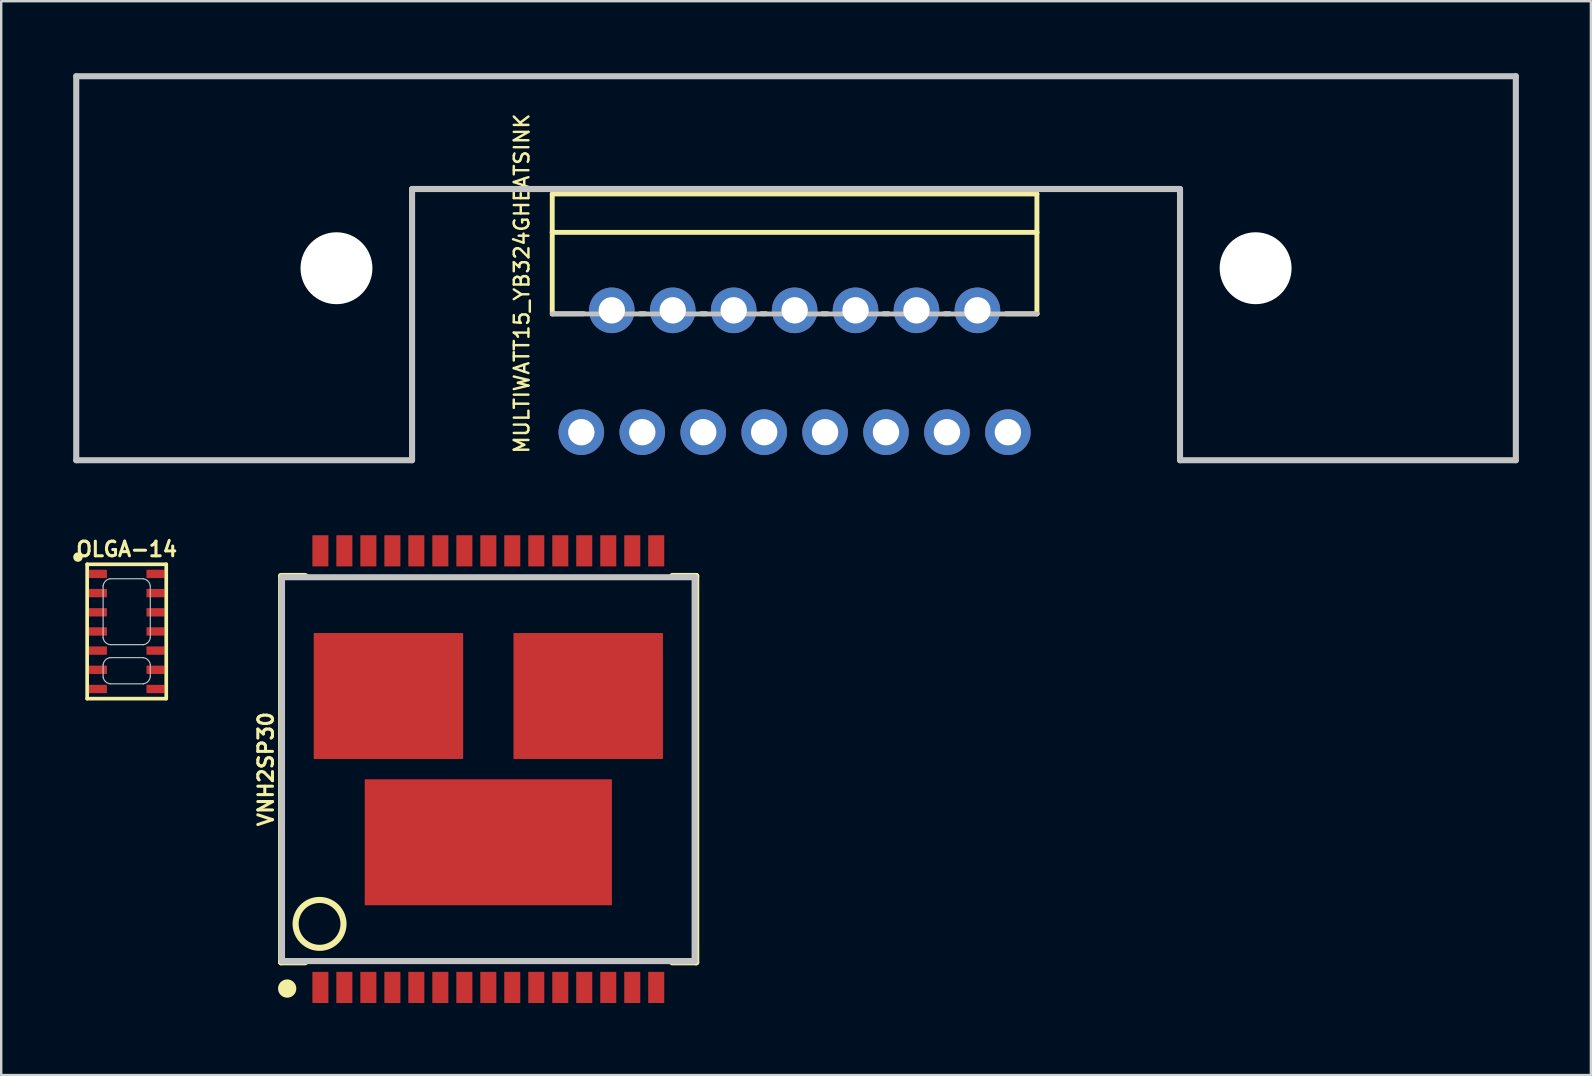
<source format=kicad_pcb>
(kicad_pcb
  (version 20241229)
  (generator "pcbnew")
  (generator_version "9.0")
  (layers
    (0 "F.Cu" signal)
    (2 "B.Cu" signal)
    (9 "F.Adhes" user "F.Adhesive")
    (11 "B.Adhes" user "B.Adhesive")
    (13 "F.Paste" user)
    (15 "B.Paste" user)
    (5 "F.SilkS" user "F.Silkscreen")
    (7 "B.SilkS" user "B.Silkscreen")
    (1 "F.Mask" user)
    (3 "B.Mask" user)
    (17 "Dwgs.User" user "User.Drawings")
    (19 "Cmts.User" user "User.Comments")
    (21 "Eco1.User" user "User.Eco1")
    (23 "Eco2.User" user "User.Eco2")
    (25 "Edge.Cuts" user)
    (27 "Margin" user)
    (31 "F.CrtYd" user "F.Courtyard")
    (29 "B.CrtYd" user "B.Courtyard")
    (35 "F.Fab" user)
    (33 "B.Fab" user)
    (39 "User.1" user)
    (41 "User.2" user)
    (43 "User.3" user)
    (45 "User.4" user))
  (footprint "OLGA-14"
    (layer "F.Cu")
    (at 2.23 23.265)
    (property "Reference" "OLGA-14" (at 0 -3.429 0) (layer "F.SilkS") (effects (font (size 0.61 0.61) (thickness 0.127))))
    (attr smd)
    (fp_line (start -1.648 -2.799) (end 1.648 -2.799) (stroke (width 0.152) (type solid)) (layer "F.SilkS"))
    (fp_line (start -1.648 2.799) (end -1.648 -2.799) (stroke (width 0.152) (type solid)) (layer "F.SilkS"))
    (fp_line (start 1.648 -2.799) (end 1.648 2.799) (stroke (width 0.152) (type solid)) (layer "F.SilkS"))
    (fp_line (start 1.648 2.799) (end -1.648 2.799) (stroke (width 0.152) (type solid)) (layer "F.SilkS"))
    (fp_circle (center -2.032 -3.099) (end -2.032 -3.198) (stroke (width 0.198) (type solid)) (fill no) (layer "F.SilkS"))
    (fp_line (start -0.983 0.269) (end -0.983 -1.9) (stroke (width 0.048) (type solid)) (layer "Dwgs.User"))
    (fp_line (start -0.983 1.9) (end -0.983 1.389) (stroke (width 0.048) (type solid)) (layer "Dwgs.User"))
    (fp_line (start -0.699 -2.195) (end 0.688 -2.195) (stroke (width 0.048) (type solid)) (layer "Dwgs.User"))
    (fp_line (start -0.699 1.092) (end 0.688 1.092) (stroke (width 0.048) (type solid)) (layer "Dwgs.User"))
    (fp_line (start 0.699 0.551) (end -0.688 0.551) (stroke (width 0.048) (type solid)) (layer "Dwgs.User"))
    (fp_line (start 0.699 2.182) (end -0.688 2.182) (stroke (width 0.048) (type solid)) (layer "Dwgs.User"))
    (fp_line (start 0.983 -1.908) (end 0.983 0.259) (stroke (width 0.048) (type solid)) (layer "Dwgs.User"))
    (fp_line (start 0.983 1.379) (end 0.983 1.89) (stroke (width 0.048) (type solid)) (layer "Dwgs.User"))
    (fp_arc (start -0.98298 -1.89992) (mid -0.889083 -2.095415) (end -0.696703 -2.195539) (stroke (width 0.04826) (type solid)) (layer "Dwgs.User"))
    (fp_arc (start -0.98298 1.38938) (mid -0.890606 1.193378) (end -0.699141 1.091934) (stroke (width 0.04826) (type solid)) (layer "Dwgs.User"))
    (fp_arc (start -0.68834 0.55118) (mid -0.882819 0.459314) (end -0.983348 0.269168) (stroke (width 0.04826) (type solid)) (layer "Dwgs.User"))
    (fp_arc (start -0.68834 2.18186) (mid -0.882819 2.089994) (end -0.983348 1.899848) (stroke (width 0.04826) (type solid)) (layer "Dwgs.User"))
    (fp_arc (start 0.68834 -2.19456) (mid 0.882311 -2.10117) (end 0.981521 -1.91011) (stroke (width 0.04826) (type solid)) (layer "Dwgs.User"))
    (fp_arc (start 0.68834 1.0922) (mid 0.883835 1.186097) (end 0.983959 1.378477) (stroke (width 0.04826) (type solid)) (layer "Dwgs.User"))
    (fp_arc (start 0.98298 0.25908) (mid 0.88959 0.453051) (end 0.69853 0.552261) (stroke (width 0.04826) (type solid)) (layer "Dwgs.User"))
    (fp_arc (start 0.98298 1.88976) (mid 0.888067 2.083224) (end 0.696093 2.181114) (stroke (width 0.04826) (type solid)) (layer "Dwgs.User"))
    (pad "1" smd rect (at -1.199 -2.398) (size 0.749 0.348) (layers "F.Cu" "F.Mask" "F.Paste"))
    (pad "2" smd rect (at -1.199 -1.598) (size 0.749 0.348) (layers "F.Cu" "F.Mask" "F.Paste"))
    (pad "3" smd rect (at -1.199 -0.798) (size 0.749 0.348) (layers "F.Cu" "F.Mask" "F.Paste"))
    (pad "4" smd rect (at -1.199 0) (size 0.749 0.348) (layers "F.Cu" "F.Mask" "F.Paste"))
    (pad "5" smd rect (at -1.199 0.798) (size 0.749 0.348) (layers "F.Cu" "F.Mask" "F.Paste"))
    (pad "6" smd rect (at -1.199 1.598) (size 0.749 0.348) (layers "F.Cu" "F.Mask" "F.Paste"))
    (pad "7" smd rect (at -1.199 2.398) (size 0.749 0.348) (layers "F.Cu" "F.Mask" "F.Paste"))
    (pad "8" smd rect (at 1.199 2.398) (size 0.749 0.348) (layers "F.Cu" "F.Mask" "F.Paste"))
    (pad "9" smd rect (at 1.199 1.598) (size 0.749 0.348) (layers "F.Cu" "F.Mask" "F.Paste"))
    (pad "10" smd rect (at 1.199 0.798) (size 0.749 0.348) (layers "F.Cu" "F.Mask" "F.Paste"))
    (pad "11" smd rect (at 1.199 0) (size 0.749 0.348) (layers "F.Cu" "F.Mask" "F.Paste"))
    (pad "12" smd rect (at 1.199 -0.798) (size 0.749 0.348) (layers "F.Cu" "F.Mask" "F.Paste"))
    (pad "13" smd rect (at 1.199 -1.598) (size 0.749 0.348) (layers "F.Cu" "F.Mask" "F.Paste"))
    (pad "14" smd rect (at 1.199 -2.398) (size 0.749 0.348) (layers "F.Cu" "F.Mask" "F.Paste")))
  (footprint "MULTIWATT15_YB324GHEATSINK"
    (layer "F.Cu")
    (at 30.124 12.573)
    (property "Reference" "MULTIWATT15_YB324GHEATSINK" (at -11.43 -3.81 90) (layer "F.SilkS") (effects (font (size 0.61 0.61) (thickness 0.102))))
    (attr exclude_from_pos_files exclude_from_bom)
    (fp_line (start -10.16 -7.539) (end 10.038 -7.539) (stroke (width 0.203) (type solid)) (layer "F.SilkS"))
    (fp_line (start -10.16 -5.939) (end -10.16 -7.539) (stroke (width 0.203) (type solid)) (layer "F.SilkS"))
    (fp_line (start -10.16 -5.939) (end 10.038 -5.939) (stroke (width 0.203) (type solid)) (layer "F.SilkS"))
    (fp_line (start -10.16 -2.54) (end -10.16 -5.939) (stroke (width 0.203) (type solid)) (layer "F.SilkS"))
    (fp_line (start -10.15 -2.548) (end -8.849 -2.548) (stroke (width 0.203) (type solid)) (layer "F.SilkS"))
    (fp_line (start -6.5 -2.548) (end -6.299 -2.548) (stroke (width 0.203) (type solid)) (layer "F.SilkS"))
    (fp_line (start -3.95 -2.548) (end -3.749 -2.548) (stroke (width 0.203) (type solid)) (layer "F.SilkS"))
    (fp_line (start -1.448 -2.548) (end -1.25 -2.548) (stroke (width 0.203) (type solid)) (layer "F.SilkS"))
    (fp_line (start 1.1 -2.548) (end 1.298 -2.548) (stroke (width 0.203) (type solid)) (layer "F.SilkS"))
    (fp_line (start 3.65 -2.548) (end 3.848 -2.548) (stroke (width 0.203) (type solid)) (layer "F.SilkS"))
    (fp_line (start 6.198 -2.548) (end 6.398 -2.548) (stroke (width 0.203) (type solid)) (layer "F.SilkS"))
    (fp_line (start 10.038 -7.539) (end 10.038 -5.939) (stroke (width 0.203) (type solid)) (layer "F.SilkS"))
    (fp_line (start 10.038 -5.939) (end 10.038 -2.54) (stroke (width 0.203) (type solid)) (layer "F.SilkS"))
    (fp_line (start 10.048 -2.548) (end 8.748 -2.548) (stroke (width 0.203) (type solid)) (layer "F.SilkS"))
    (fp_line (start -29.997 -12.446) (end -29.997 3.556) (stroke (width 0.254) (type solid)) (layer "Dwgs.User"))
    (fp_line (start -16.002 -7.747) (end -16.002 3.556) (stroke (width 0.254) (type solid)) (layer "Dwgs.User"))
    (fp_line (start -16.002 3.556) (end -29.997 3.556) (stroke (width 0.254) (type solid)) (layer "Dwgs.User"))
    (fp_line (start 10.038 -2.54) (end -10.16 -2.54) (stroke (width 0.203) (type solid)) (layer "Dwgs.User"))
    (fp_line (start 16.002 -7.747) (end -16.002 -7.747) (stroke (width 0.254) (type solid)) (layer "Dwgs.User"))
    (fp_line (start 16.002 3.556) (end 16.002 -7.747) (stroke (width 0.254) (type solid)) (layer "Dwgs.User"))
    (fp_line (start 29.997 -12.446) (end -29.997 -12.446) (stroke (width 0.254) (type solid)) (layer "Dwgs.User"))
    (fp_line (start 29.997 -12.446) (end 29.997 3.556) (stroke (width 0.254) (type solid)) (layer "Dwgs.User"))
    (fp_line (start 29.997 3.556) (end 16.002 3.556) (stroke (width 0.254) (type solid)) (layer "Dwgs.User"))
    (pad "" np_thru_hole circle (at -19.152 -4.445) (size 2.997 2.997) (drill 2.997) (layers "*.Cu" "*.Mask"))
    (pad "" np_thru_hole circle (at 19.152 -4.445) (size 2.997 2.997) (drill 2.997) (layers "*.Cu" "*.Mask"))
    (pad "1" thru_hole circle (at -8.948 2.388) (size 1.9 1.9) (drill 1.1) (layers "*.Cu" "*.Mask"))
    (pad "2" thru_hole circle (at -7.678 -2.69) (size 1.9 1.9) (drill 1.1) (layers "*.Cu" "*.Mask"))
    (pad "3" thru_hole circle (at -6.408 2.388) (size 1.9 1.9) (drill 1.1) (layers "*.Cu" "*.Mask"))
    (pad "4" thru_hole circle (at -5.138 -2.69) (size 1.9 1.9) (drill 1.1) (layers "*.Cu" "*.Mask"))
    (pad "5" thru_hole circle (at -3.868 2.388) (size 1.9 1.9) (drill 1.1) (layers "*.Cu" "*.Mask"))
    (pad "6" thru_hole circle (at -2.598 -2.69) (size 1.9 1.9) (drill 1.1) (layers "*.Cu" "*.Mask"))
    (pad "7" thru_hole circle (at -1.328 2.388) (size 1.9 1.9) (drill 1.1) (layers "*.Cu" "*.Mask"))
    (pad "8" thru_hole circle (at -0.058 -2.69) (size 1.9 1.9) (drill 1.1) (layers "*.Cu" "*.Mask"))
    (pad "9" thru_hole circle (at 1.209 2.388) (size 1.9 1.9) (drill 1.1) (layers "*.Cu" "*.Mask"))
    (pad "10" thru_hole circle (at 2.479 -2.69) (size 1.9 1.9) (drill 1.1) (layers "*.Cu" "*.Mask"))
    (pad "11" thru_hole circle (at 3.749 2.388) (size 1.9 1.9) (drill 1.1) (layers "*.Cu" "*.Mask"))
    (pad "12" thru_hole circle (at 5.019 -2.69) (size 1.9 1.9) (drill 1.1) (layers "*.Cu" "*.Mask"))
    (pad "13" thru_hole circle (at 6.289 2.388) (size 1.9 1.9) (drill 1.1) (layers "*.Cu" "*.Mask"))
    (pad "14" thru_hole circle (at 7.559 -2.69) (size 1.9 1.9) (drill 1.1) (layers "*.Cu" "*.Mask"))
    (pad "15" thru_hole circle (at 8.829 2.388) (size 1.9 1.9) (drill 1.1) (layers "*.Cu" "*.Mask")))
  (footprint "VNH2SP30"
    (layer "F.Cu")
    (at 17.3 29.003)
    (property "Reference" "VNH2SP30" (at -9.271 0 90) (layer "F.SilkS") (effects (font (size 0.61 0.61) (thickness 0.127))))
    (attr smd)
    (fp_line (start -8.633 -8.049) (end -7.633 -8.049) (stroke (width 0.254) (type solid)) (layer "F.SilkS"))
    (fp_line (start -8.633 8.049) (end -8.633 -8.049) (stroke (width 0.254) (type solid)) (layer "F.SilkS"))
    (fp_line (start -7.633 8.049) (end -8.633 8.049) (stroke (width 0.254) (type solid)) (layer "F.SilkS"))
    (fp_line (start 7.663 -8.049) (end 8.664 -8.049) (stroke (width 0.254) (type solid)) (layer "F.SilkS"))
    (fp_line (start 8.664 -8.049) (end 8.664 8.049) (stroke (width 0.254) (type solid)) (layer "F.SilkS"))
    (fp_line (start 8.664 8.049) (end 7.663 8.049) (stroke (width 0.254) (type solid)) (layer "F.SilkS"))
    (fp_circle (center -8.382 9.144) (end -8.255 9.144) (stroke (width 0.254) (type solid)) (fill no) (layer "F.SilkS"))
    (fp_circle (center -8.382 9.144) (end -8.128 9.144) (stroke (width 0.254) (type solid)) (fill no) (layer "F.SilkS"))
    (fp_circle (center -7.033 6.449) (end -7.033 5.451) (stroke (width 0.254) (type solid)) (fill no) (layer "F.SilkS"))
    (fp_line (start -8.598 -7.998) (end 8.598 -7.998) (stroke (width 0.254) (type solid)) (layer "Dwgs.User"))
    (fp_line (start -8.598 7.998) (end -8.598 -7.998) (stroke (width 0.254) (type solid)) (layer "Dwgs.User"))
    (fp_line (start -8.598 7.998) (end 8.598 7.998) (stroke (width 0.254) (type solid)) (layer "Dwgs.User"))
    (fp_line (start 8.598 -7.998) (end 8.598 7.998) (stroke (width 0.254) (type solid)) (layer "Dwgs.User"))
    (pad "1" smd rect (at -6.998 9.098) (size 0.668 1.298) (layers "F.Cu" "F.Mask" "F.Paste"))
    (pad "2" smd rect (at -5.999 9.098) (size 0.668 1.298) (layers "F.Cu" "F.Mask" "F.Paste"))
    (pad "3" smd rect (at -4.999 9.098) (size 0.668 1.298) (layers "F.Cu" "F.Mask" "F.Paste"))
    (pad "4" smd rect (at -3.998 9.098) (size 0.668 1.298) (layers "F.Cu" "F.Mask" "F.Paste"))
    (pad "5" smd rect (at -3 9.098) (size 0.668 1.298) (layers "F.Cu" "F.Mask" "F.Paste"))
    (pad "6" smd rect (at -1.999 9.098) (size 0.668 1.298) (layers "F.Cu" "F.Mask" "F.Paste"))
    (pad "7" smd rect (at -0.998 9.098) (size 0.668 1.298) (layers "F.Cu" "F.Mask" "F.Paste"))
    (pad "8" smd rect (at 0 9.098) (size 0.668 1.298) (layers "F.Cu" "F.Mask" "F.Paste"))
    (pad "9" smd rect (at 0.998 9.098) (size 0.668 1.298) (layers "F.Cu" "F.Mask" "F.Paste"))
    (pad "10" smd rect (at 1.999 9.098) (size 0.668 1.298) (layers "F.Cu" "F.Mask" "F.Paste"))
    (pad "11" smd rect (at 3 9.098) (size 0.668 1.298) (layers "F.Cu" "F.Mask" "F.Paste"))
    (pad "12" smd rect (at 3.998 9.098) (size 0.668 1.298) (layers "F.Cu" "F.Mask" "F.Paste"))
    (pad "13" smd rect (at 4.999 9.098) (size 0.668 1.298) (layers "F.Cu" "F.Mask" "F.Paste"))
    (pad "14" smd rect (at 5.999 9.098) (size 0.668 1.298) (layers "F.Cu" "F.Mask" "F.Paste"))
    (pad "15" smd rect (at 6.998 9.098) (size 0.668 1.298) (layers "F.Cu" "F.Mask" "F.Paste"))
    (pad "16" smd rect (at 6.998 -9.098) (size 0.668 1.298) (layers "F.Cu" "F.Mask" "F.Paste"))
    (pad "17" smd rect (at 5.999 -9.098) (size 0.668 1.298) (layers "F.Cu" "F.Mask" "F.Paste"))
    (pad "18" smd rect (at 4.999 -9.098) (size 0.668 1.298) (layers "F.Cu" "F.Mask" "F.Paste"))
    (pad "19" smd rect (at 3.998 -9.098) (size 0.668 1.298) (layers "F.Cu" "F.Mask" "F.Paste"))
    (pad "20" smd rect (at 3 -9.098) (size 0.668 1.298) (layers "F.Cu" "F.Mask" "F.Paste"))
    (pad "21" smd rect (at 1.999 -9.098) (size 0.668 1.298) (layers "F.Cu" "F.Mask" "F.Paste"))
    (pad "22" smd rect (at 0.998 -9.098) (size 0.668 1.298) (layers "F.Cu" "F.Mask" "F.Paste"))
    (pad "23" smd rect (at 0 -9.098) (size 0.668 1.298) (layers "F.Cu" "F.Mask" "F.Paste"))
    (pad "24" smd rect (at -0.998 -9.098) (size 0.668 1.298) (layers "F.Cu" "F.Mask" "F.Paste"))
    (pad "25" smd rect (at -1.999 -9.098) (size 0.668 1.298) (layers "F.Cu" "F.Mask" "F.Paste"))
    (pad "26" smd rect (at -3 -9.098) (size 0.668 1.298) (layers "F.Cu" "F.Mask" "F.Paste"))
    (pad "27" smd rect (at -3.998 -9.098) (size 0.668 1.298) (layers "F.Cu" "F.Mask" "F.Paste"))
    (pad "28" smd rect (at -4.999 -9.098) (size 0.668 1.298) (layers "F.Cu" "F.Mask" "F.Paste"))
    (pad "29" smd rect (at -5.999 -9.098) (size 0.668 1.298) (layers "F.Cu" "F.Mask" "F.Paste"))
    (pad "30" smd rect (at -6.998 -9.098) (size 0.668 1.298) (layers "F.Cu" "F.Mask" "F.Paste"))
    (pad "SLUG" smd rect (at -4.163 -3.048) (size 6.228 5.248) (layers "F.Cu" "F.Mask" "F.Paste"))
    (pad "SLUG" smd rect (at 0 3.048) (size 10.3 5.248) (layers "F.Cu" "F.Mask" "F.Paste"))
    (pad "SLUG" smd rect (at 4.163 -3.048) (size 6.228 5.248) (layers "F.Cu" "F.Mask" "F.Paste")))
  (gr_rect
    (start -3 -3)
    (end 63.249 41.751)
    (stroke (width 0.1) (type default))
    (fill no)
    (layer "Edge.Cuts")))
</source>
